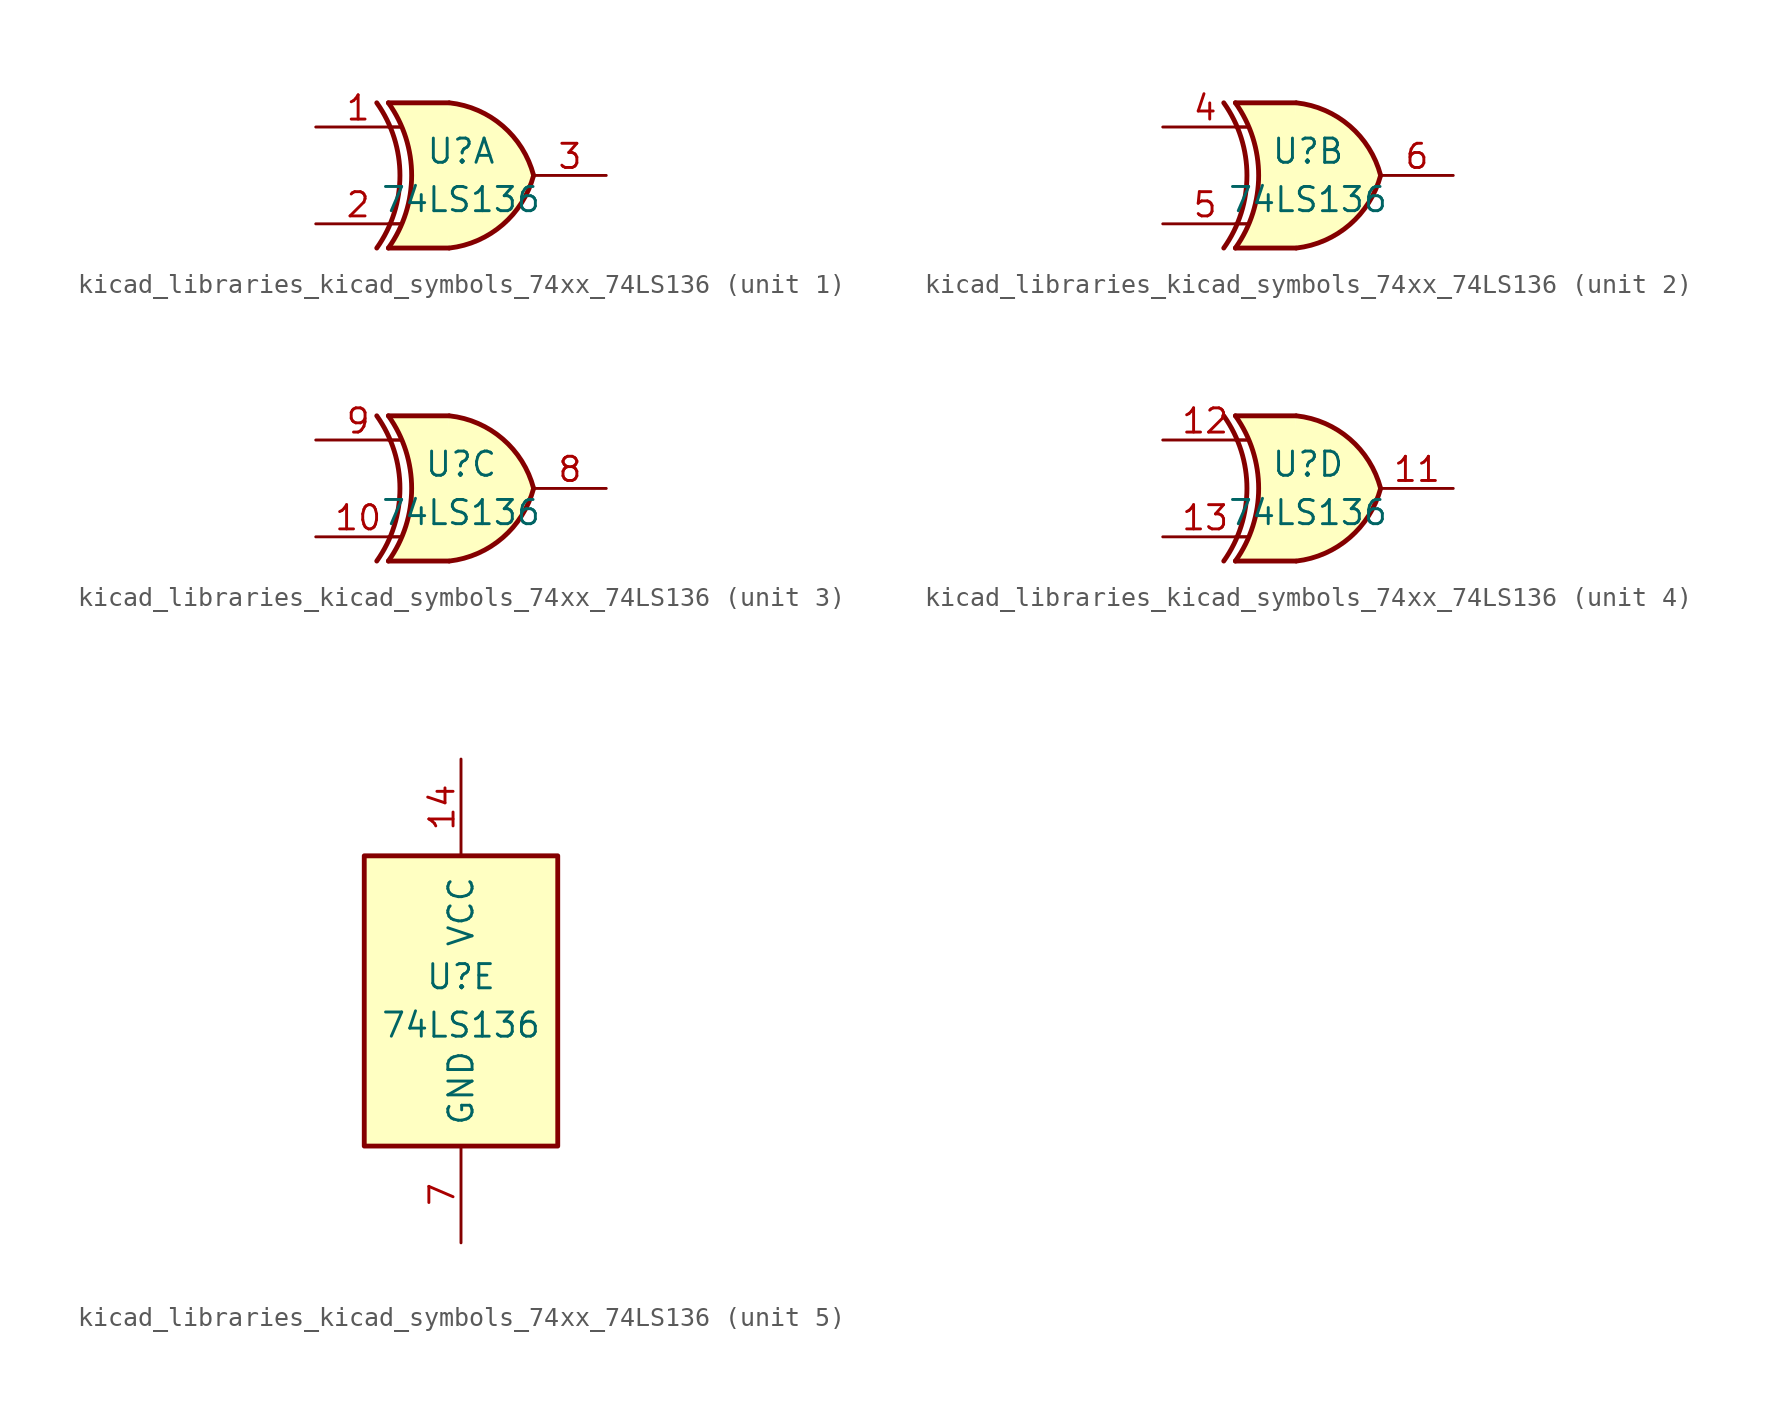
<source format=kicad_sym>
(kicad_symbol_lib
  (version 20220914)
  (generator kicad_symbol_editor)
  (symbol "kicad_libraries_kicad_symbols_74xx_74LS136"
    (pin_names
      (offset 1.016))
    (property "Reference" "U"
      (at 0 1.27 0)
      (effects (font (size 1.27 1.27))))
    (property "Value" "74LS136"
      (at 0 -1.27 0)
      (effects (font (size 1.27 1.27))))
    (property "ki_locked" ""
      (at 0 0 0)
      (effects (font (size 1.27 1.27))))
    (symbol "kicad_libraries_kicad_symbols_74xx_74LS136_1_0"
      (arc (start -4.4196 -3.81) (mid -3.2033 0) (end -4.4196 3.81) (stroke (width 0.254) (type default)) (fill (type none)))
      (arc (start -3.81 -3.81) (mid -2.589 0) (end -3.81 3.81) (stroke (width 0.254) (type default)) (fill (type none)))
      (arc (start -0.6096 -3.81) (mid 2.1842 -2.5851) (end 3.81 0) (stroke (width 0.254) (type default)) (fill (type background)))
      (polyline (pts (xy -3.81 -3.81) (xy -0.635 -3.81)) (stroke (width 0.254) (type default)) (fill (type background)))
      (polyline (pts (xy -3.81 3.81) (xy -0.635 3.81)) (stroke (width 0.254) (type default)) (fill (type background)))
      (polyline (pts (xy -0.635 3.81) (xy -3.81 3.81) (xy -3.81 3.81) (xy -3.556 3.404) (xy -3.023 2.261) (xy -2.692 1.041) (xy -2.616 -0.254) (xy -2.769 -1.499) (xy -3.175 -2.718) (xy -3.81 -3.81) (xy -3.81 -3.81) (xy -0.635 -3.81)) (stroke (width -25.4) (type default)) (fill (type background)))
      (arc (start 3.81 0) (mid 2.1915 2.5936) (end -0.6096 3.81) (stroke (width 0.254) (type default)) (fill (type background)))
      (pin input line (at -7.62 2.54 0) (length 4.445) (name "~" (effects (font (size 1.27 1.27)))) (number "1" (effects (font (size 1.27 1.27)))))
      (pin input line (at -7.62 -2.54 0) (length 4.445) (name "~" (effects (font (size 1.27 1.27)))) (number "2" (effects (font (size 1.27 1.27)))))
      (pin open_collector line (at 7.62 0 180) (length 3.81) (name "~" (effects (font (size 1.27 1.27)))) (number "3" (effects (font (size 1.27 1.27))))))
    (symbol "kicad_libraries_kicad_symbols_74xx_74LS136_1_1"
      (polyline (pts (xy -3.81 -2.54) (xy -3.175 -2.54)) (stroke (width 0.152) (type default)) (fill (type none)))
      (polyline (pts (xy -3.81 2.54) (xy -3.175 2.54)) (stroke (width 0.152) (type default)) (fill (type none))))
    (symbol "kicad_libraries_kicad_symbols_74xx_74LS136_2_0"
      (arc (start -4.4196 -3.81) (mid -3.2033 0) (end -4.4196 3.81) (stroke (width 0.254) (type default)) (fill (type none)))
      (arc (start -3.81 -3.81) (mid -2.589 0) (end -3.81 3.81) (stroke (width 0.254) (type default)) (fill (type none)))
      (arc (start -0.6096 -3.81) (mid 2.1842 -2.5851) (end 3.81 0) (stroke (width 0.254) (type default)) (fill (type background)))
      (polyline (pts (xy -3.81 -3.81) (xy -0.635 -3.81)) (stroke (width 0.254) (type default)) (fill (type background)))
      (polyline (pts (xy -3.81 3.81) (xy -0.635 3.81)) (stroke (width 0.254) (type default)) (fill (type background)))
      (polyline (pts (xy -0.635 3.81) (xy -3.81 3.81) (xy -3.81 3.81) (xy -3.556 3.404) (xy -3.023 2.261) (xy -2.692 1.041) (xy -2.616 -0.254) (xy -2.769 -1.499) (xy -3.175 -2.718) (xy -3.81 -3.81) (xy -3.81 -3.81) (xy -0.635 -3.81)) (stroke (width -25.4) (type default)) (fill (type background)))
      (arc (start 3.81 0) (mid 2.1915 2.5936) (end -0.6096 3.81) (stroke (width 0.254) (type default)) (fill (type background)))
      (pin input line (at -7.62 2.54 0) (length 4.445) (name "~" (effects (font (size 1.27 1.27)))) (number "4" (effects (font (size 1.27 1.27)))))
      (pin input line (at -7.62 -2.54 0) (length 4.445) (name "~" (effects (font (size 1.27 1.27)))) (number "5" (effects (font (size 1.27 1.27)))))
      (pin open_collector line (at 7.62 0 180) (length 3.81) (name "~" (effects (font (size 1.27 1.27)))) (number "6" (effects (font (size 1.27 1.27))))))
    (symbol "kicad_libraries_kicad_symbols_74xx_74LS136_2_1"
      (polyline (pts (xy -3.81 -2.54) (xy -3.175 -2.54)) (stroke (width 0.152) (type default)) (fill (type none)))
      (polyline (pts (xy -3.81 2.54) (xy -3.175 2.54)) (stroke (width 0.152) (type default)) (fill (type none))))
    (symbol "kicad_libraries_kicad_symbols_74xx_74LS136_3_0"
      (arc (start -4.4196 -3.81) (mid -3.2033 0) (end -4.4196 3.81) (stroke (width 0.254) (type default)) (fill (type none)))
      (arc (start -3.81 -3.81) (mid -2.589 0) (end -3.81 3.81) (stroke (width 0.254) (type default)) (fill (type none)))
      (arc (start -0.6096 -3.81) (mid 2.1842 -2.5851) (end 3.81 0) (stroke (width 0.254) (type default)) (fill (type background)))
      (polyline (pts (xy -3.81 -3.81) (xy -0.635 -3.81)) (stroke (width 0.254) (type default)) (fill (type background)))
      (polyline (pts (xy -3.81 3.81) (xy -0.635 3.81)) (stroke (width 0.254) (type default)) (fill (type background)))
      (polyline (pts (xy -0.635 3.81) (xy -3.81 3.81) (xy -3.81 3.81) (xy -3.556 3.404) (xy -3.023 2.261) (xy -2.692 1.041) (xy -2.616 -0.254) (xy -2.769 -1.499) (xy -3.175 -2.718) (xy -3.81 -3.81) (xy -3.81 -3.81) (xy -0.635 -3.81)) (stroke (width -25.4) (type default)) (fill (type background)))
      (arc (start 3.81 0) (mid 2.1915 2.5936) (end -0.6096 3.81) (stroke (width 0.254) (type default)) (fill (type background)))
      (pin input line (at -7.62 -2.54 0) (length 4.445) (name "~" (effects (font (size 1.27 1.27)))) (number "10" (effects (font (size 1.27 1.27)))))
      (pin open_collector line (at 7.62 0 180) (length 3.81) (name "~" (effects (font (size 1.27 1.27)))) (number "8" (effects (font (size 1.27 1.27)))))
      (pin input line (at -7.62 2.54 0) (length 4.445) (name "~" (effects (font (size 1.27 1.27)))) (number "9" (effects (font (size 1.27 1.27))))))
    (symbol "kicad_libraries_kicad_symbols_74xx_74LS136_3_1"
      (polyline (pts (xy -3.81 -2.54) (xy -3.175 -2.54)) (stroke (width 0.152) (type default)) (fill (type none)))
      (polyline (pts (xy -3.81 2.54) (xy -3.175 2.54)) (stroke (width 0.152) (type default)) (fill (type none))))
    (symbol "kicad_libraries_kicad_symbols_74xx_74LS136_4_0"
      (arc (start -4.4196 -3.81) (mid -3.2033 0) (end -4.4196 3.81) (stroke (width 0.254) (type default)) (fill (type none)))
      (arc (start -3.81 -3.81) (mid -2.589 0) (end -3.81 3.81) (stroke (width 0.254) (type default)) (fill (type none)))
      (arc (start -0.6096 -3.81) (mid 2.1842 -2.5851) (end 3.81 0) (stroke (width 0.254) (type default)) (fill (type background)))
      (polyline (pts (xy -3.81 -3.81) (xy -0.635 -3.81)) (stroke (width 0.254) (type default)) (fill (type background)))
      (polyline (pts (xy -3.81 3.81) (xy -0.635 3.81)) (stroke (width 0.254) (type default)) (fill (type background)))
      (polyline (pts (xy -0.635 3.81) (xy -3.81 3.81) (xy -3.81 3.81) (xy -3.556 3.404) (xy -3.023 2.261) (xy -2.692 1.041) (xy -2.616 -0.254) (xy -2.769 -1.499) (xy -3.175 -2.718) (xy -3.81 -3.81) (xy -3.81 -3.81) (xy -0.635 -3.81)) (stroke (width -25.4) (type default)) (fill (type background)))
      (arc (start 3.81 0) (mid 2.1915 2.5936) (end -0.6096 3.81) (stroke (width 0.254) (type default)) (fill (type background)))
      (pin open_collector line (at 7.62 0 180) (length 3.81) (name "~" (effects (font (size 1.27 1.27)))) (number "11" (effects (font (size 1.27 1.27)))))
      (pin input line (at -7.62 2.54 0) (length 4.445) (name "~" (effects (font (size 1.27 1.27)))) (number "12" (effects (font (size 1.27 1.27)))))
      (pin input line (at -7.62 -2.54 0) (length 4.445) (name "~" (effects (font (size 1.27 1.27)))) (number "13" (effects (font (size 1.27 1.27))))))
    (symbol "kicad_libraries_kicad_symbols_74xx_74LS136_4_1"
      (polyline (pts (xy -3.81 -2.54) (xy -3.175 -2.54)) (stroke (width 0.152) (type default)) (fill (type none)))
      (polyline (pts (xy -3.81 2.54) (xy -3.175 2.54)) (stroke (width 0.152) (type default)) (fill (type none))))
    (symbol "kicad_libraries_kicad_symbols_74xx_74LS136_5_0"
      (pin power_in line (at 0 12.7 270) (length 5.08) (name "VCC" (effects (font (size 1.27 1.27)))) (number "14" (effects (font (size 1.27 1.27)))))
      (pin power_in line (at 0 -12.7 90) (length 5.08) (name "GND" (effects (font (size 1.27 1.27)))) (number "7" (effects (font (size 1.27 1.27))))))
    (symbol "kicad_libraries_kicad_symbols_74xx_74LS136_5_1"
      (rectangle (start -5.08 7.62) (end 5.08 -7.62) (stroke (width 0.254) (type default)) (fill (type background))))))
</source>
